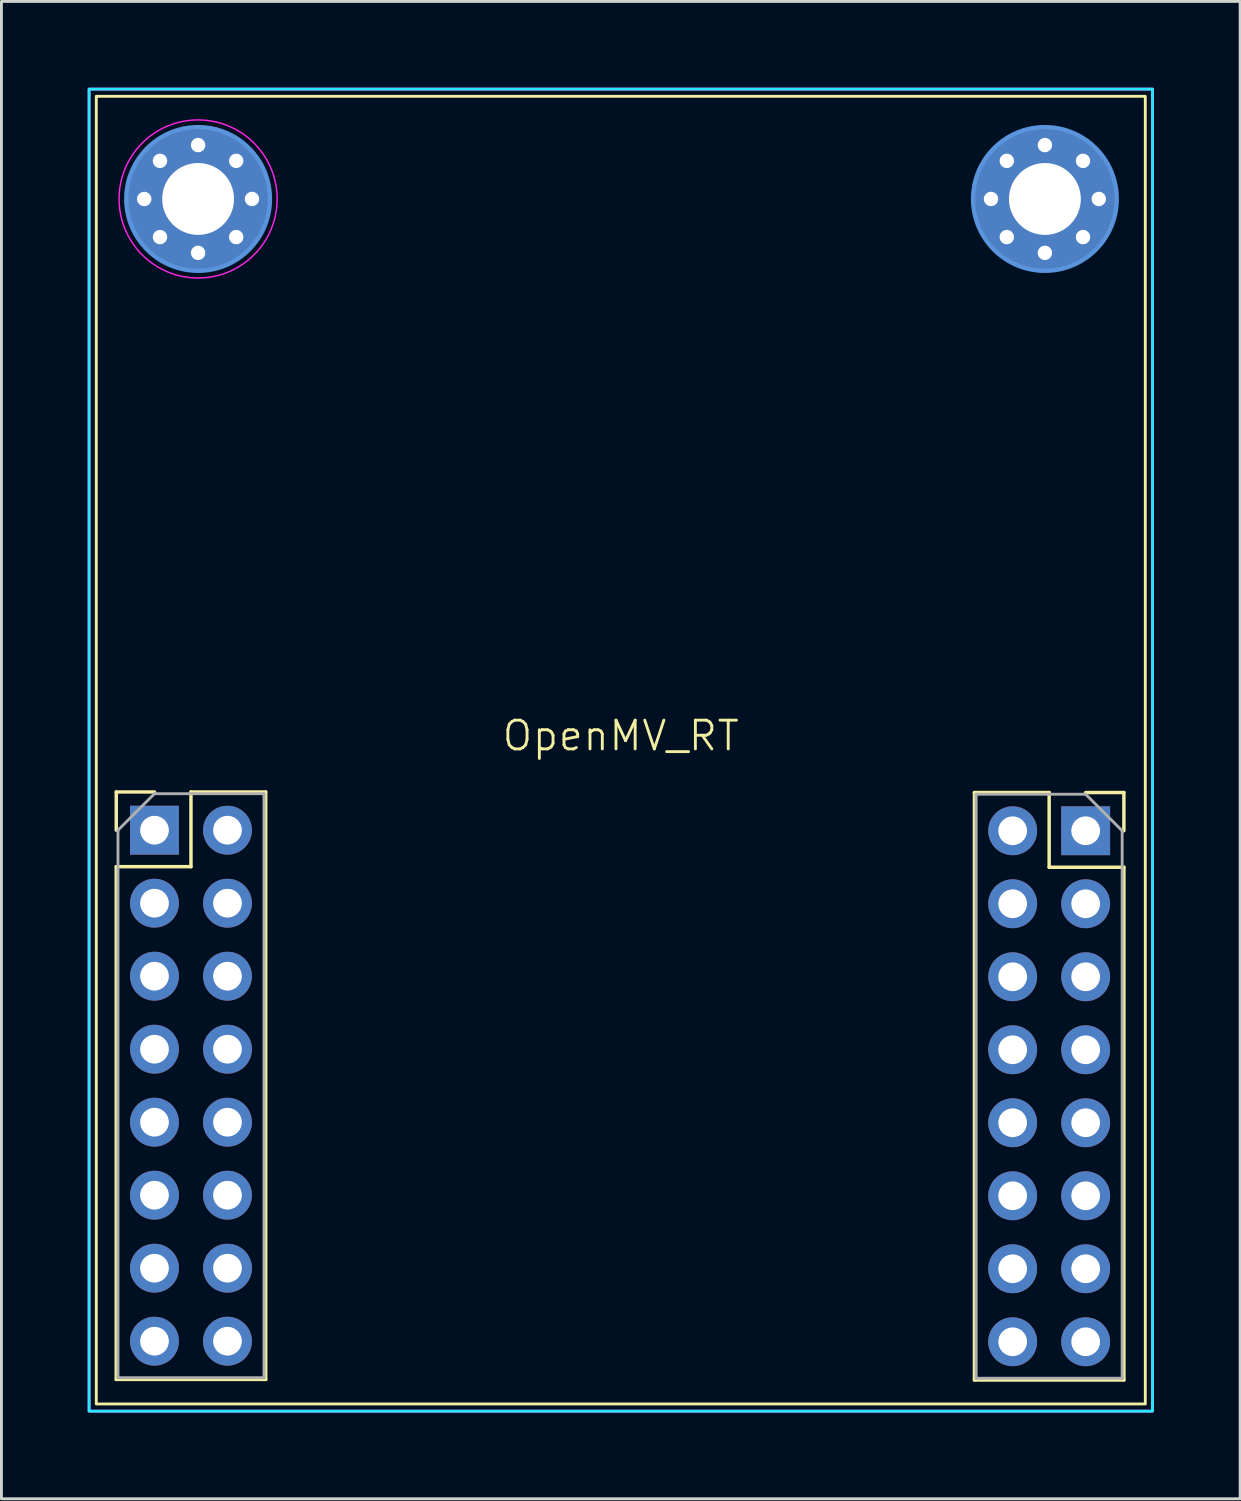
<source format=kicad_pcb>
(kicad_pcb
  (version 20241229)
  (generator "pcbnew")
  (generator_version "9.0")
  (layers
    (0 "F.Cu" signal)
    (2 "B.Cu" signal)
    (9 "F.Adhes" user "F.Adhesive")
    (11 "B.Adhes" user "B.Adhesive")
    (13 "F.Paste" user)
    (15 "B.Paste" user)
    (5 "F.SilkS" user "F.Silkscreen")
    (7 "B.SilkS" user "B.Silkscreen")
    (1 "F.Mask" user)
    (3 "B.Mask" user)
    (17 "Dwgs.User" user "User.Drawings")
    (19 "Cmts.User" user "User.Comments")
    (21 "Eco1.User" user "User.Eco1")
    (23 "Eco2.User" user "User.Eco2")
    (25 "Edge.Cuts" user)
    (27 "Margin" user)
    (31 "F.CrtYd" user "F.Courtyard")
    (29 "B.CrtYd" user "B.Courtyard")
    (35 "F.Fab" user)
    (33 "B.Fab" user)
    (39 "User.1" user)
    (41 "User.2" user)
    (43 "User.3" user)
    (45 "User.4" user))
  (footprint "OpenMV_RT"
    (layer "F.Cu")
    (at 18.55 9.08)
    (property "Reference" "OpenMV_RT" (at 0 13.47 0) (unlocked yes) (layer "F.SilkS") (effects (font (size 1 1) (thickness 0.1))))
    (attr through_hole)
    (fp_line (start -17.555 15.426) (end -16.225 15.426) (stroke (width 0.12) (type solid)) (layer "F.SilkS"))
    (fp_line (start -17.555 16.756) (end -17.555 15.426) (stroke (width 0.12) (type solid)) (layer "F.SilkS"))
    (fp_line (start -17.555 18.026) (end -17.555 35.866) (stroke (width 0.12) (type solid)) (layer "F.SilkS"))
    (fp_line (start -17.555 18.026) (end -14.955 18.026) (stroke (width 0.12) (type solid)) (layer "F.SilkS"))
    (fp_line (start -17.555 35.866) (end -12.355 35.866) (stroke (width 0.12) (type solid)) (layer "F.SilkS"))
    (fp_line (start -14.955 15.426) (end -12.355 15.426) (stroke (width 0.12) (type solid)) (layer "F.SilkS"))
    (fp_line (start -14.955 18.026) (end -14.955 15.426) (stroke (width 0.12) (type solid)) (layer "F.SilkS"))
    (fp_line (start -12.355 15.426) (end -12.355 35.866) (stroke (width 0.12) (type solid)) (layer "F.SilkS"))
    (fp_line (start 12.305 15.446) (end 12.305 35.886) (stroke (width 0.12) (type solid)) (layer "F.SilkS"))
    (fp_line (start 14.905 15.446) (end 12.305 15.446) (stroke (width 0.12) (type solid)) (layer "F.SilkS"))
    (fp_line (start 14.905 18.046) (end 14.905 15.446) (stroke (width 0.12) (type solid)) (layer "F.SilkS"))
    (fp_line (start 17.505 15.446) (end 16.175 15.446) (stroke (width 0.12) (type solid)) (layer "F.SilkS"))
    (fp_line (start 17.505 16.776) (end 17.505 15.446) (stroke (width 0.12) (type solid)) (layer "F.SilkS"))
    (fp_line (start 17.505 18.046) (end 14.905 18.046) (stroke (width 0.12) (type solid)) (layer "F.SilkS"))
    (fp_line (start 17.505 18.046) (end 17.505 35.886) (stroke (width 0.12) (type solid)) (layer "F.SilkS"))
    (fp_line (start 17.505 35.886) (end 12.305 35.886) (stroke (width 0.12) (type solid)) (layer "F.SilkS"))
    (fp_rect (start 18.25 -8.78) (end -18.25 36.72) (stroke (width 0.1) (type default)) (fill no) (layer "F.SilkS"))
    (fp_circle (center -14.707 -5.207) (end -12.207 -5.207) (stroke (width 0.15) (type solid)) (fill no) (layer "Cmts.User"))
    (fp_circle (center 14.757 -5.207) (end 17.257 -5.207) (stroke (width 0.15) (type solid)) (fill no) (layer "Cmts.User"))
    (fp_rect (start -18.5 36.97) (end 18.5 -9.03) (stroke (width 0.1) (type default)) (fill no) (layer "B.CrtYd"))
    (fp_rect (start -18.5 36.97) (end 18.5 -9.03) (stroke (width 0.1) (type default)) (fill no) (layer "F.CrtYd"))
    (fp_circle (center -14.707 -5.207) (end -11.957 -5.207) (stroke (width 0.05) (type solid)) (fill no) (layer "F.CrtYd"))
    (fp_line (start -17.495 16.756) (end -16.225 15.486) (stroke (width 0.1) (type solid)) (layer "F.Fab"))
    (fp_line (start -17.495 35.806) (end -17.495 16.756) (stroke (width 0.1) (type solid)) (layer "F.Fab"))
    (fp_line (start -16.225 15.486) (end -12.415 15.486) (stroke (width 0.1) (type solid)) (layer "F.Fab"))
    (fp_line (start -12.415 15.486) (end -12.415 35.806) (stroke (width 0.1) (type solid)) (layer "F.Fab"))
    (fp_line (start -12.415 35.806) (end -17.495 35.806) (stroke (width 0.1) (type solid)) (layer "F.Fab"))
    (fp_line (start 12.365 15.506) (end 12.365 35.826) (stroke (width 0.1) (type solid)) (layer "F.Fab"))
    (fp_line (start 12.365 35.826) (end 17.445 35.826) (stroke (width 0.1) (type solid)) (layer "F.Fab"))
    (fp_line (start 16.175 15.506) (end 12.365 15.506) (stroke (width 0.1) (type solid)) (layer "F.Fab"))
    (fp_line (start 17.445 16.776) (end 16.175 15.506) (stroke (width 0.1) (type solid)) (layer "F.Fab"))
    (fp_line (start 17.445 35.826) (end 17.445 16.776) (stroke (width 0.1) (type solid)) (layer "F.Fab"))
    (pad "" thru_hole circle (at -16.582 -5.207) (size 0.8 0.8) (drill 0.5) (layers "*.Cu" "*.Mask"))
    (pad "" thru_hole circle (at -16.033 -6.533) (size 0.8 0.8) (drill 0.5) (layers "*.Cu" "*.Mask"))
    (pad "" thru_hole circle (at -16.033 -3.881) (size 0.8 0.8) (drill 0.5) (layers "*.Cu" "*.Mask"))
    (pad "" thru_hole circle (at -14.707 -7.082) (size 0.8 0.8) (drill 0.5) (layers "*.Cu" "*.Mask"))
    (pad "" thru_hole circle (at -14.707 -5.207) (size 5 5) (drill 2.5) (layers "*.Cu" "*.Mask"))
    (pad "" thru_hole circle (at -14.707 -3.332) (size 0.8 0.8) (drill 0.5) (layers "*.Cu" "*.Mask"))
    (pad "" thru_hole circle (at -13.381 -6.533) (size 0.8 0.8) (drill 0.5) (layers "*.Cu" "*.Mask"))
    (pad "" thru_hole circle (at -13.381 -3.881) (size 0.8 0.8) (drill 0.5) (layers "*.Cu" "*.Mask"))
    (pad "" thru_hole circle (at -12.832 -5.207) (size 0.8 0.8) (drill 0.5) (layers "*.Cu" "*.Mask"))
    (pad "" thru_hole circle (at 12.882 -5.207) (size 0.8 0.8) (drill 0.5) (layers "*.Cu" "*.Mask"))
    (pad "" thru_hole circle (at 13.431 -6.533) (size 0.8 0.8) (drill 0.5) (layers "*.Cu" "*.Mask"))
    (pad "" thru_hole circle (at 13.431 -3.881) (size 0.8 0.8) (drill 0.5) (layers "*.Cu" "*.Mask"))
    (pad "" thru_hole circle (at 14.757 -7.082) (size 0.8 0.8) (drill 0.5) (layers "*.Cu" "*.Mask"))
    (pad "" thru_hole circle (at 14.757 -5.207) (size 5 5) (drill 2.5) (layers "*.Cu" "*.Mask"))
    (pad "" thru_hole circle (at 14.757 -3.332) (size 0.8 0.8) (drill 0.5) (layers "*.Cu" "*.Mask"))
    (pad "" thru_hole circle (at 16.083 -6.533) (size 0.8 0.8) (drill 0.5) (layers "*.Cu" "*.Mask"))
    (pad "" thru_hole circle (at 16.083 -3.881) (size 0.8 0.8) (drill 0.5) (layers "*.Cu" "*.Mask"))
    (pad "" thru_hole circle (at 16.632 -5.207) (size 0.8 0.8) (drill 0.5) (layers "*.Cu" "*.Mask"))
    (pad "0" thru_hole rect (at -16.225 16.756) (size 1.7 1.7) (drill 1) (layers "*.Cu" "*.Mask"))
    (pad "1" thru_hole oval (at -13.685 16.756) (size 1.7 1.7) (drill 1) (layers "*.Cu" "*.Mask"))
    (pad "2" thru_hole oval (at -16.225 19.296) (size 1.7 1.7) (drill 1) (layers "*.Cu" "*.Mask"))
    (pad "3" thru_hole oval (at -13.685 19.296) (size 1.7 1.7) (drill 1) (layers "*.Cu" "*.Mask"))
    (pad "4" thru_hole oval (at -16.225 21.836) (size 1.7 1.7) (drill 1) (layers "*.Cu" "*.Mask"))
    (pad "5" thru_hole oval (at -13.685 21.836) (size 1.7 1.7) (drill 1) (layers "*.Cu" "*.Mask"))
    (pad "6" thru_hole oval (at -16.225 24.376) (size 1.7 1.7) (drill 1) (layers "*.Cu" "*.Mask"))
    (pad "7" thru_hole oval (at -13.685 24.376) (size 1.7 1.7) (drill 1) (layers "*.Cu" "*.Mask"))
    (pad "8" thru_hole oval (at -16.225 26.916) (size 1.7 1.7) (drill 1) (layers "*.Cu" "*.Mask"))
    (pad "9" thru_hole oval (at -13.685 26.916) (size 1.7 1.7) (drill 1) (layers "*.Cu" "*.Mask"))
    (pad "10" thru_hole oval (at -16.225 29.456) (size 1.7 1.7) (drill 1) (layers "*.Cu" "*.Mask"))
    (pad "11" thru_hole oval (at -13.685 29.456) (size 1.7 1.7) (drill 1) (layers "*.Cu" "*.Mask"))
    (pad "12" thru_hole oval (at -16.225 31.996) (size 1.7 1.7) (drill 1) (layers "*.Cu" "*.Mask"))
    (pad "13" thru_hole oval (at -13.685 31.996) (size 1.7 1.7) (drill 1) (layers "*.Cu" "*.Mask"))
    (pad "14" thru_hole oval (at -16.225 34.536) (size 1.7 1.7) (drill 1) (layers "*.Cu" "*.Mask"))
    (pad "15" thru_hole oval (at -13.685 34.536) (size 1.7 1.7) (drill 1) (layers "*.Cu" "*.Mask"))
    (pad "16" thru_hole oval (at 13.635 16.776) (size 1.7 1.7) (drill 1) (layers "*.Cu" "*.Mask"))
    (pad "17" thru_hole rect (at 16.175 16.776) (size 1.7 1.7) (drill 1) (layers "*.Cu" "*.Mask"))
    (pad "18" thru_hole oval (at 13.635 19.316) (size 1.7 1.7) (drill 1) (layers "*.Cu" "*.Mask"))
    (pad "19" thru_hole oval (at 16.175 19.316) (size 1.7 1.7) (drill 1) (layers "*.Cu" "*.Mask"))
    (pad "20" thru_hole oval (at 13.635 21.856) (size 1.7 1.7) (drill 1) (layers "*.Cu" "*.Mask"))
    (pad "21" thru_hole oval (at 16.175 21.856) (size 1.7 1.7) (drill 1) (layers "*.Cu" "*.Mask"))
    (pad "22" thru_hole oval (at 13.635 24.396) (size 1.7 1.7) (drill 1) (layers "*.Cu" "*.Mask"))
    (pad "23" thru_hole oval (at 16.175 24.396) (size 1.7 1.7) (drill 1) (layers "*.Cu" "*.Mask"))
    (pad "24" thru_hole oval (at 13.635 26.936) (size 1.7 1.7) (drill 1) (layers "*.Cu" "*.Mask"))
    (pad "25" thru_hole oval (at 16.175 26.936) (size 1.7 1.7) (drill 1) (layers "*.Cu" "*.Mask"))
    (pad "26" thru_hole oval (at 13.635 29.476) (size 1.7 1.7) (drill 1) (layers "*.Cu" "*.Mask"))
    (pad "27" thru_hole oval (at 16.175 29.476) (size 1.7 1.7) (drill 1) (layers "*.Cu" "*.Mask"))
    (pad "28" thru_hole oval (at 13.635 32.016) (size 1.7 1.7) (drill 1) (layers "*.Cu" "*.Mask"))
    (pad "29" thru_hole oval (at 16.175 32.016) (size 1.7 1.7) (drill 1) (layers "*.Cu" "*.Mask"))
    (pad "30" thru_hole oval (at 13.635 34.556) (size 1.7 1.7) (drill 1) (layers "*.Cu" "*.Mask"))
    (pad "31" thru_hole oval (at 16.175 34.556) (size 1.7 1.7) (drill 1) (layers "*.Cu" "*.Mask")))
  (gr_rect
    (start -3 -3)
    (end 40.1 49.1)
    (stroke (width 0.1) (type default))
    (fill no)
    (layer "Edge.Cuts")))
</source>
